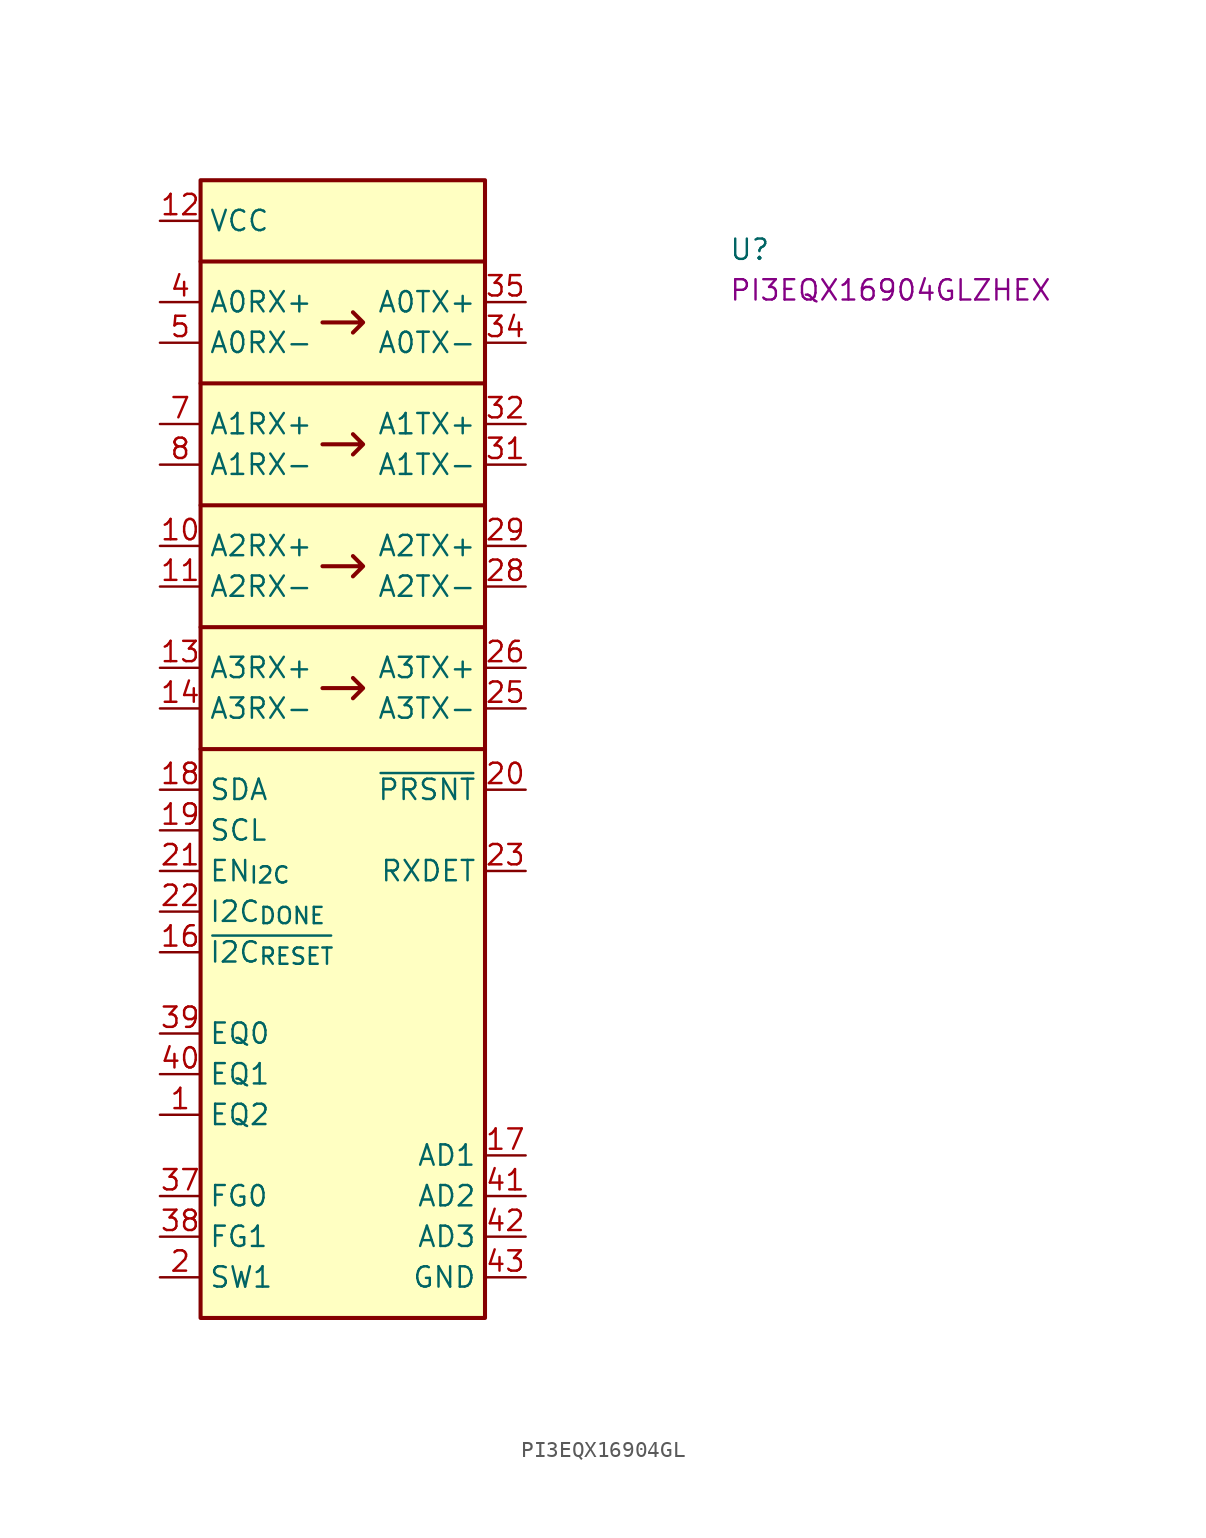
<source format=kicad_sym>
(kicad_symbol_lib
  (version 20220914)
  (generator kicad_symbol_editor)
  (symbol "PI3EQX16904GL"
    (property "Reference" "U"
      (at 35.56 -2.54 0)
      (effects (font (size 1.27 1.27) (thickness 0.15)) (justify left bottom)))
    (property "MPN" "PI3EQX16904GLZHEX"
      (at 35.56 -5.08 0)
      (effects (font (size 1.27 1.27) (thickness 0.15)) (justify left bottom)))
    (symbol "PI3EQX16904GL_1_1"
      (polyline (pts (xy 2.54 -25.4) (xy 20.32 -25.4)) (stroke (width 0.254) (type default)) (fill (type background)))
      (polyline (pts (xy 2.54 -17.78) (xy 20.32 -17.78)) (stroke (width 0.254) (type default)) (fill (type background)))
      (polyline (pts (xy 2.54 -10.16) (xy 20.32 -10.16)) (stroke (width 0.254) (type default)) (fill (type background)))
      (polyline (pts (xy 2.54 -2.54) (xy 20.32 -2.54)) (stroke (width 0.254) (type default)) (fill (type background)))
      (polyline (pts (xy 20.32 -33.02) (xy 2.54 -33.02)) (stroke (width 0.254) (type default)) (fill (type background)))
      (polyline (pts (xy 10.16 -29.21) (xy 12.7 -29.21) (xy 12.065 -28.575) (xy 12.7 -29.21) (xy 12.065 -29.845)) (stroke (width 0.254) (type default)) (fill (type background)))
      (polyline (pts (xy 10.16 -21.59) (xy 12.7 -21.59) (xy 12.065 -20.955) (xy 12.7 -21.59) (xy 12.065 -22.225)) (stroke (width 0.254) (type default)) (fill (type background)))
      (polyline (pts (xy 10.16 -13.97) (xy 12.7 -13.97) (xy 12.065 -13.335) (xy 12.7 -13.97) (xy 12.065 -14.605)) (stroke (width 0.254) (type default)) (fill (type background)))
      (polyline (pts (xy 10.16 -6.35) (xy 12.7 -6.35) (xy 12.065 -5.715) (xy 12.7 -6.35) (xy 12.065 -6.985)) (stroke (width 0.254) (type default)) (fill (type background)))
      (rectangle (start 2.54 2.54) (end 20.32 -68.58) (stroke (width 0.254) (type default)) (fill (type background)))
      (pin passive line (at 0 -55.88 0) (length 2.54) (name "EQ2" (effects (font (size 1.27 1.27)))) (number "1" (effects (font (size 1.27 1.27)))))
      (pin input line (at 0 -20.32 0) (length 2.54) (name "A2RX+" (effects (font (size 1.27 1.27)))) (number "10" (effects (font (size 1.27 1.27)))))
      (pin input line (at 0 -22.86 0) (length 2.54) (name "A2RX-" (effects (font (size 1.27 1.27)))) (number "11" (effects (font (size 1.27 1.27)))))
      (pin power_in line (at 0 0 0) (length 2.54) (name "VCC" (effects (font (size 1.27 1.27)))) (number "12" (effects (font (size 1.27 1.27)))))
      (pin input line (at 0 -27.94 0) (length 2.54) (name "A3RX+" (effects (font (size 1.27 1.27)))) (number "13" (effects (font (size 1.27 1.27)))))
      (pin input line (at 0 -30.48 0) (length 2.54) (name "A3RX-" (effects (font (size 1.27 1.27)))) (number "14" (effects (font (size 1.27 1.27)))))
      (pin passive line (at 0 0 0) (length 2.54) hide (name "VCC" (effects (font (size 1.27 1.27)))) (number "15" (effects (font (size 1.27 1.27)))))
      (pin input line (at 0 -45.72 0) (length 2.54) (name "~{I2C_{RESET}}" (effects (font (size 1.27 1.27)))) (number "16" (effects (font (size 1.27 1.27)))))
      (pin passive line (at 22.86 -58.42 180) (length 2.54) (name "AD1" (effects (font (size 1.27 1.27)))) (number "17" (effects (font (size 1.27 1.27)))))
      (pin open_collector line (at 0 -35.56 0) (length 2.54) (name "SDA" (effects (font (size 1.27 1.27)))) (number "18" (effects (font (size 1.27 1.27)))))
      (pin open_collector line (at 0 -38.1 0) (length 2.54) (name "SCL" (effects (font (size 1.27 1.27)))) (number "19" (effects (font (size 1.27 1.27)))))
      (pin input line (at 0 -66.04 0) (length 2.54) (name "SW1" (effects (font (size 1.27 1.27)))) (number "2" (effects (font (size 1.27 1.27)))))
      (pin input line (at 22.86 -35.56 180) (length 2.54) (name "~{PRSNT}" (effects (font (size 1.27 1.27)))) (number "20" (effects (font (size 1.27 1.27)))))
      (pin input line (at 0 -40.64 0) (length 2.54) (name "EN_{I2C}" (effects (font (size 1.27 1.27)))) (number "21" (effects (font (size 1.27 1.27)))))
      (pin input line (at 0 -43.18 0) (length 2.54) (name "I2C_{DONE}" (effects (font (size 1.27 1.27)))) (number "22" (effects (font (size 1.27 1.27)))))
      (pin input line (at 22.86 -40.64 180) (length 2.54) (name "RXDET" (effects (font (size 1.27 1.27)))) (number "23" (effects (font (size 1.27 1.27)))))
      (pin passive line (at 0 0 0) (length 2.54) hide (name "VCC" (effects (font (size 1.27 1.27)))) (number "24" (effects (font (size 1.27 1.27)))))
      (pin output line (at 22.86 -30.48 180) (length 2.54) (name "A3TX-" (effects (font (size 1.27 1.27)))) (number "25" (effects (font (size 1.27 1.27)))))
      (pin input line (at 22.86 -27.94 180) (length 2.54) (name "A3TX+" (effects (font (size 1.27 1.27)))) (number "26" (effects (font (size 1.27 1.27)))))
      (pin passive line (at 0 0 0) (length 2.54) hide (name "VCC" (effects (font (size 1.27 1.27)))) (number "27" (effects (font (size 1.27 1.27)))))
      (pin output line (at 22.86 -22.86 180) (length 2.54) (name "A2TX-" (effects (font (size 1.27 1.27)))) (number "28" (effects (font (size 1.27 1.27)))))
      (pin input line (at 22.86 -20.32 180) (length 2.54) (name "A2TX+" (effects (font (size 1.27 1.27)))) (number "29" (effects (font (size 1.27 1.27)))))
      (pin passive line (at 0 0 0) (length 2.54) hide (name "VCC" (effects (font (size 1.27 1.27)))) (number "3" (effects (font (size 1.27 1.27)))))
      (pin passive line (at 0 0 0) (length 2.54) hide (name "VCC" (effects (font (size 1.27 1.27)))) (number "30" (effects (font (size 1.27 1.27)))))
      (pin output line (at 22.86 -15.24 180) (length 2.54) (name "A1TX-" (effects (font (size 1.27 1.27)))) (number "31" (effects (font (size 1.27 1.27)))))
      (pin input line (at 22.86 -12.7 180) (length 2.54) (name "A1TX+" (effects (font (size 1.27 1.27)))) (number "32" (effects (font (size 1.27 1.27)))))
      (pin passive line (at 0 0 0) (length 2.54) hide (name "VCC" (effects (font (size 1.27 1.27)))) (number "33" (effects (font (size 1.27 1.27)))))
      (pin output line (at 22.86 -7.62 180) (length 2.54) (name "A0TX-" (effects (font (size 1.27 1.27)))) (number "34" (effects (font (size 1.27 1.27)))))
      (pin input line (at 22.86 -5.08 180) (length 2.54) (name "A0TX+" (effects (font (size 1.27 1.27)))) (number "35" (effects (font (size 1.27 1.27)))))
      (pin passive line (at 0 0 0) (length 2.54) hide (name "VCC" (effects (font (size 1.27 1.27)))) (number "36" (effects (font (size 1.27 1.27)))))
      (pin passive line (at 0 -60.96 0) (length 2.54) (name "FG0" (effects (font (size 1.27 1.27)))) (number "37" (effects (font (size 1.27 1.27)))))
      (pin passive line (at 0 -63.5 0) (length 2.54) (name "FG1" (effects (font (size 1.27 1.27)))) (number "38" (effects (font (size 1.27 1.27)))))
      (pin passive line (at 0 -50.8 0) (length 2.54) (name "EQ0" (effects (font (size 1.27 1.27)))) (number "39" (effects (font (size 1.27 1.27)))))
      (pin input line (at 0 -5.08 0) (length 2.54) (name "A0RX+" (effects (font (size 1.27 1.27)))) (number "4" (effects (font (size 1.27 1.27)))))
      (pin passive line (at 0 -53.34 0) (length 2.54) (name "EQ1" (effects (font (size 1.27 1.27)))) (number "40" (effects (font (size 1.27 1.27)))))
      (pin passive line (at 22.86 -60.96 180) (length 2.54) (name "AD2" (effects (font (size 1.27 1.27)))) (number "41" (effects (font (size 1.27 1.27)))))
      (pin passive line (at 22.86 -63.5 180) (length 2.54) (name "AD3" (effects (font (size 1.27 1.27)))) (number "42" (effects (font (size 1.27 1.27)))))
      (pin power_in line (at 22.86 -66.04 180) (length 2.54) (name "GND" (effects (font (size 1.27 1.27)))) (number "43" (effects (font (size 1.27 1.27)))))
      (pin input line (at 0 -7.62 0) (length 2.54) (name "A0RX-" (effects (font (size 1.27 1.27)))) (number "5" (effects (font (size 1.27 1.27)))))
      (pin passive line (at 0 0 0) (length 2.54) hide (name "VCC" (effects (font (size 1.27 1.27)))) (number "6" (effects (font (size 1.27 1.27)))))
      (pin input line (at 0 -12.7 0) (length 2.54) (name "A1RX+" (effects (font (size 1.27 1.27)))) (number "7" (effects (font (size 1.27 1.27)))))
      (pin input line (at 0 -15.24 0) (length 2.54) (name "A1RX-" (effects (font (size 1.27 1.27)))) (number "8" (effects (font (size 1.27 1.27)))))
      (pin passive line (at 0 0 0) (length 2.54) hide (name "VCC" (effects (font (size 1.27 1.27)))) (number "9" (effects (font (size 1.27 1.27))))))))
</source>
